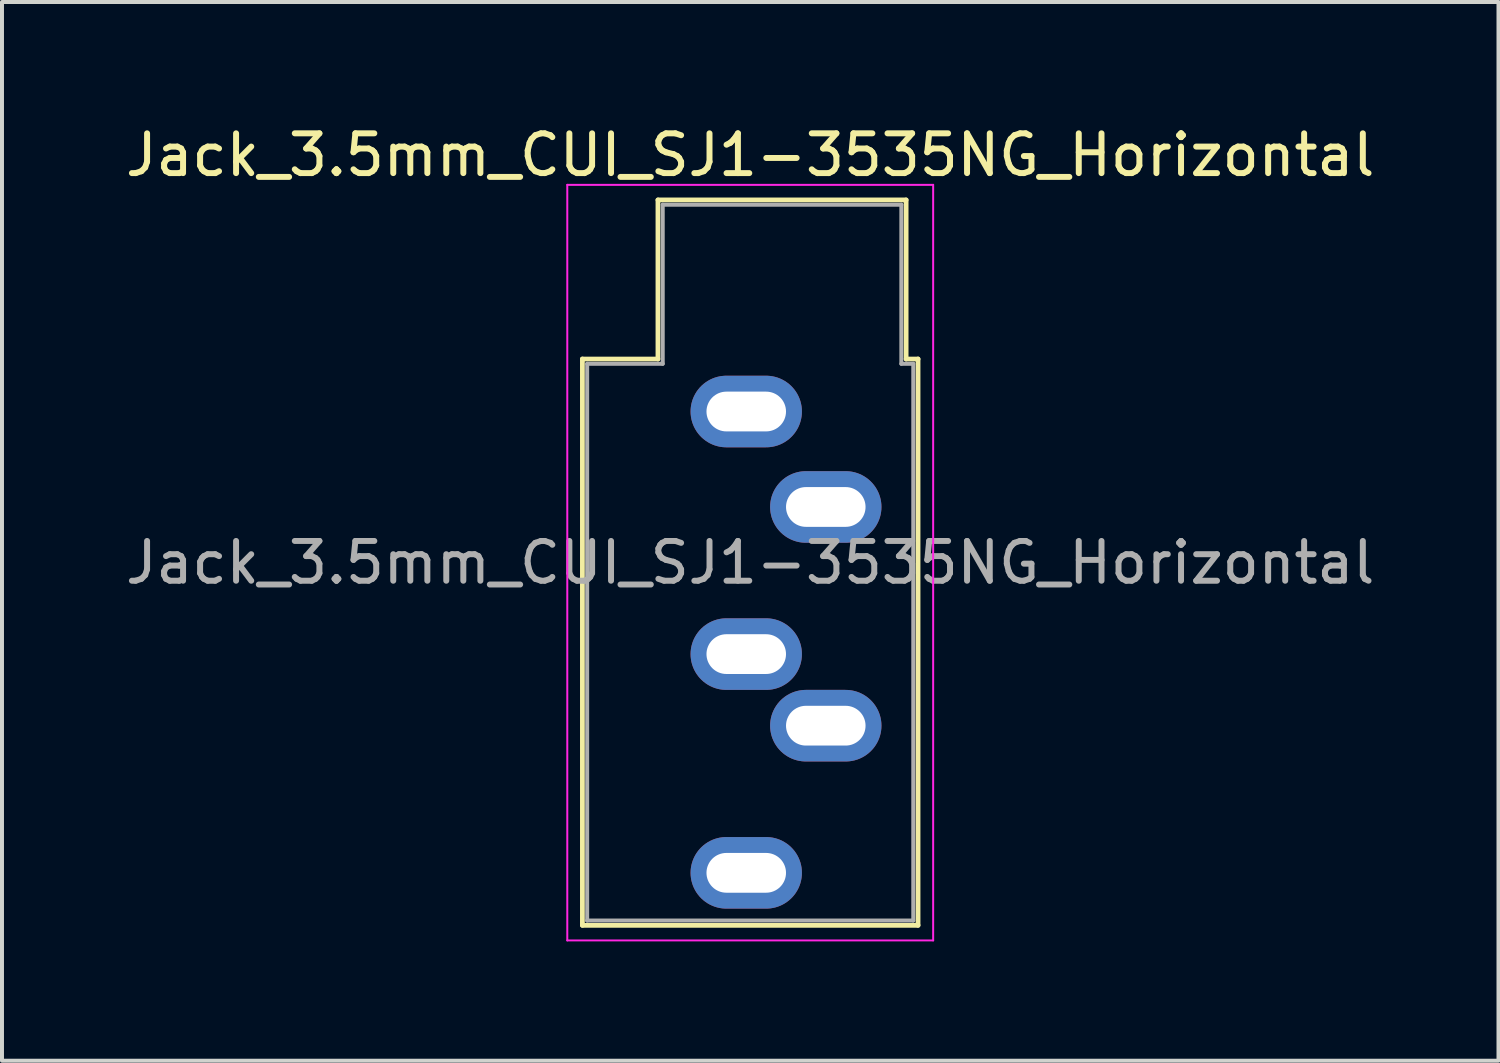
<source format=kicad_pcb>
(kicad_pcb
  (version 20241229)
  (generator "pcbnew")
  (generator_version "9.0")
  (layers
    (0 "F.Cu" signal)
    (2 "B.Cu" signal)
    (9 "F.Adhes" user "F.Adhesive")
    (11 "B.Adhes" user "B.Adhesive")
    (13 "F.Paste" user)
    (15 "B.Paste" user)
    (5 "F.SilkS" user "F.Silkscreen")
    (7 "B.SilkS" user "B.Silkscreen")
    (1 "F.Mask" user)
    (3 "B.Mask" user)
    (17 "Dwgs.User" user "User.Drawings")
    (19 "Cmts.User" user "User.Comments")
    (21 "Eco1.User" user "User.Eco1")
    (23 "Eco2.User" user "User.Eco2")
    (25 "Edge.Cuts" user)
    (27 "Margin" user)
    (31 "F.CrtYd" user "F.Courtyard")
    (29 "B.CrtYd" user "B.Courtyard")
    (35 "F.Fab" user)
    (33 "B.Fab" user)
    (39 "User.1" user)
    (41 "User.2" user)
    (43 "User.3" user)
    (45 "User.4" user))
  (footprint "Jack_3.5mm_CUI_SJ1-3535NG_Horizontal"
    (layer "F.Cu")
    (at 15.715 7.298)
    (property "Reference" "Jack_3.5mm_CUI_SJ1-3535NG_Horizontal" (at 0.1 -6.45 0) (layer "F.SilkS") (effects (font (size 1 1) (thickness 0.15))))
    (attr through_hole)
    (fp_line (start -4.12 -1.32) (end -2.22 -1.32) (stroke (width 0.12) (type solid)) (layer "F.SilkS"))
    (fp_line (start -4.12 12.92) (end -4.12 -1.32) (stroke (width 0.12) (type solid)) (layer "F.SilkS"))
    (fp_line (start -2.22 -5.32) (end 4.02 -5.32) (stroke (width 0.12) (type solid)) (layer "F.SilkS"))
    (fp_line (start -2.22 -1.32) (end -2.22 -5.32) (stroke (width 0.12) (type solid)) (layer "F.SilkS"))
    (fp_line (start 4.02 -5.32) (end 4.02 -1.32) (stroke (width 0.12) (type solid)) (layer "F.SilkS"))
    (fp_line (start 4.02 -1.32) (end 4.32 -1.32) (stroke (width 0.12) (type solid)) (layer "F.SilkS"))
    (fp_line (start 4.32 -1.32) (end 4.32 12.92) (stroke (width 0.12) (type solid)) (layer "F.SilkS"))
    (fp_line (start 4.32 12.92) (end -4.12 12.92) (stroke (width 0.12) (type solid)) (layer "F.SilkS"))
    (fp_line (start -4.5 -5.7) (end -4.5 13.3) (stroke (width 0.05) (type solid)) (layer "F.CrtYd"))
    (fp_line (start -4.5 13.3) (end 4.7 13.3) (stroke (width 0.05) (type solid)) (layer "F.CrtYd"))
    (fp_line (start 4.7 -5.7) (end -4.5 -5.7) (stroke (width 0.05) (type solid)) (layer "F.CrtYd"))
    (fp_line (start 4.7 13.3) (end 4.7 -5.7) (stroke (width 0.05) (type solid)) (layer "F.CrtYd"))
    (fp_line (start -4 -1.2) (end -2.1 -1.2) (stroke (width 0.1) (type solid)) (layer "F.Fab"))
    (fp_line (start -4 12.8) (end -4 -1.2) (stroke (width 0.1) (type solid)) (layer "F.Fab"))
    (fp_line (start -2.1 -5.2) (end 3.9 -5.2) (stroke (width 0.1) (type solid)) (layer "F.Fab"))
    (fp_line (start -2.1 -1.2) (end -2.1 -5.2) (stroke (width 0.1) (type solid)) (layer "F.Fab"))
    (fp_line (start 3.9 -5.2) (end 3.9 -1.2) (stroke (width 0.1) (type solid)) (layer "F.Fab"))
    (fp_line (start 3.9 -1.2) (end 4.2 -1.2) (stroke (width 0.1) (type solid)) (layer "F.Fab"))
    (fp_line (start 4.2 -1.2) (end 4.2 12.8) (stroke (width 0.1) (type solid)) (layer "F.Fab"))
    (fp_line (start 4.2 12.8) (end -4 12.8) (stroke (width 0.1) (type solid)) (layer "F.Fab"))
    (fp_text user "${REFERENCE}" (at 0.1 3.8 0) (layer "F.Fab") (effects (font (size 1 1) (thickness 0.15))))
    (pad "R" thru_hole oval (at 2 7.9) (size 2.8 1.8) (drill oval 2 1) (layers "*.Cu" "*.Mask"))
    (pad "RN" thru_hole oval (at 0 6.1) (size 2.8 1.8) (drill oval 2 1) (layers "*.Cu" "*.Mask"))
    (pad "S" thru_hole oval (at 0 0) (size 2.8 1.8) (drill oval 2 1) (layers "*.Cu" "*.Mask"))
    (pad "T" thru_hole oval (at 2 2.4) (size 2.8 1.8) (drill oval 2 1) (layers "*.Cu" "*.Mask"))
    (pad "TN" thru_hole oval (at 0 11.6) (size 2.8 1.8) (drill oval 2 1) (layers "*.Cu" "*.Mask")))
  (gr_rect
    (start -3 -3)
    (end 34.631 23.623)
    (stroke (width 0.1) (type default))
    (fill no)
    (layer "Edge.Cuts")))
</source>
